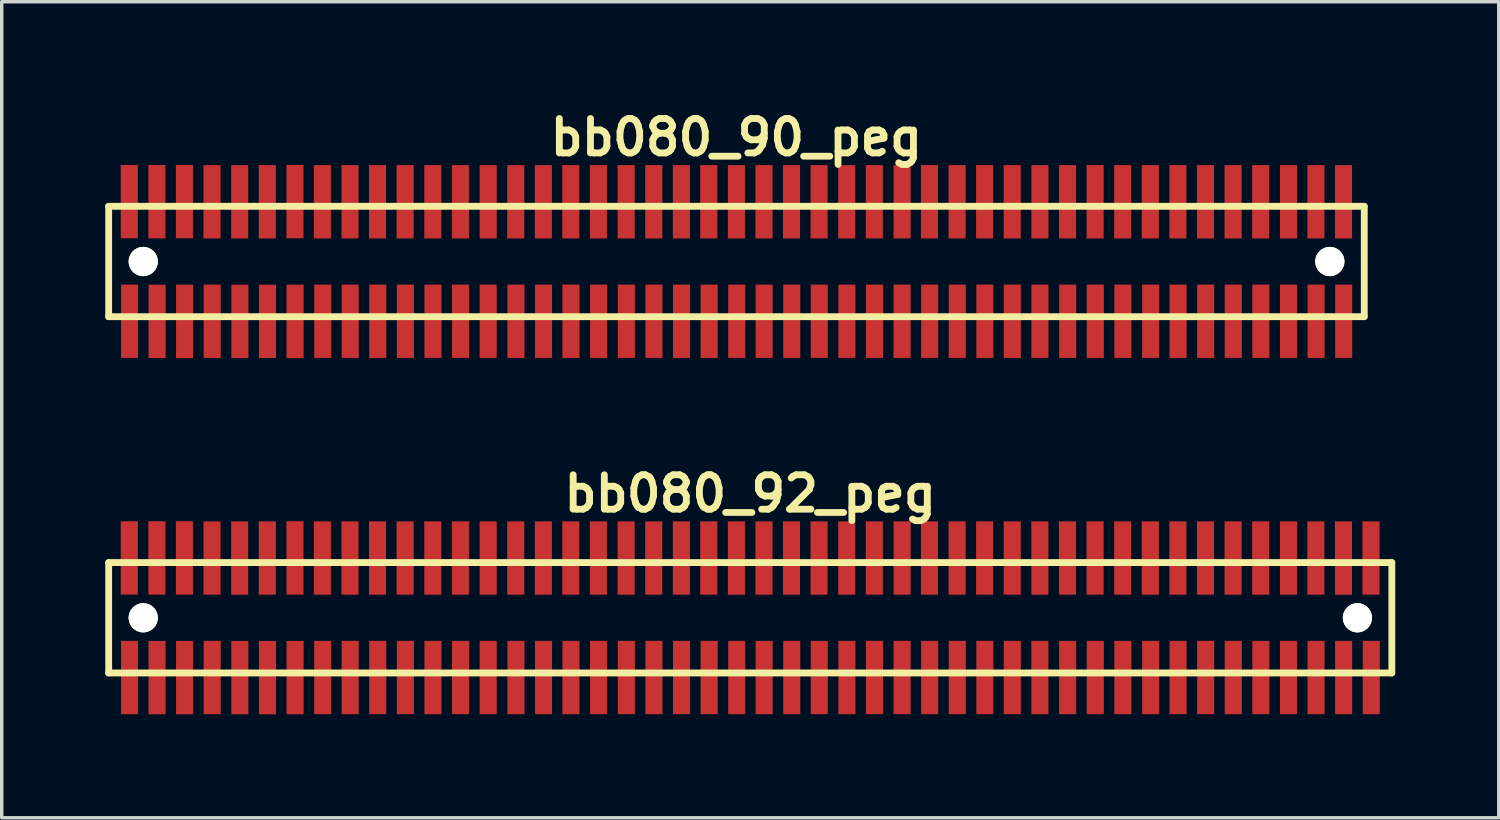
<source format=kicad_pcb>
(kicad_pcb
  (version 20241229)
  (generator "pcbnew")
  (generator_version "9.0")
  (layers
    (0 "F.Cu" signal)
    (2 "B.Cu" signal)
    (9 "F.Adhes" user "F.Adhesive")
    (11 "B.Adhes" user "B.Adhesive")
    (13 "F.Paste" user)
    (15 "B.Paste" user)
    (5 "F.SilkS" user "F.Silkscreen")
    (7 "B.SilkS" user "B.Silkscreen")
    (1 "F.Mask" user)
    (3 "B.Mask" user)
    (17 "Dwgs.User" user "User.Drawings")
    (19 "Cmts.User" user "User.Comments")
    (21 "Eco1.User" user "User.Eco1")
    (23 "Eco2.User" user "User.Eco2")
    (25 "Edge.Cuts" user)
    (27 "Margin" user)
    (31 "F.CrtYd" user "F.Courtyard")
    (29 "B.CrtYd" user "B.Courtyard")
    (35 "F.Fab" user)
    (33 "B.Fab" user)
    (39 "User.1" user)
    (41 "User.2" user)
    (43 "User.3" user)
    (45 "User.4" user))
  (footprint "bb080_92_peg"
    (layer "F.Cu")
    (at 18.699 14.859)
    (property "Reference" "bb080_92_peg" (at 0 -3.599 0) (layer "F.SilkS") (effects (font (size 0.998 0.998) (thickness 0.198))))
    (attr through_hole)
    (fp_line (start -18.6 1.6) (end 18.6 1.6) (stroke (width 0.198) (type solid)) (layer "F.SilkS"))
    (fp_line (start -18.598 -1.6) (end -18.598 1.6) (stroke (width 0.198) (type solid)) (layer "F.SilkS"))
    (fp_line (start 18.6 -1.6) (end -18.6 -1.6) (stroke (width 0.198) (type solid)) (layer "F.SilkS"))
    (fp_line (start 18.6 1.6) (end 18.6 -1.6) (stroke (width 0.198) (type solid)) (layer "F.SilkS"))
    (pad "" np_thru_hole circle (at -17.597 0) (size 0.848 0.848) (drill 0.848) (layers "*.Cu" "*.Mask" "F.SilkS"))
    (pad "" np_thru_hole circle (at 17.602 0) (size 0.848 0.848) (drill 0.848) (layers "*.Cu" "*.Mask" "F.SilkS"))
    (pad "1" smd rect (at -17.993 1.732) (size 0.495 2.126) (layers "F.Cu" "F.Mask" "F.Paste"))
    (pad "2" smd rect (at -18.001 -1.735) (size 0.495 2.126) (layers "F.Cu" "F.Mask" "F.Paste"))
    (pad "3" smd rect (at -17.196 1.735) (size 0.495 2.126) (layers "F.Cu" "F.Mask" "F.Paste"))
    (pad "4" smd rect (at -17.201 -1.735) (size 0.495 2.126) (layers "F.Cu" "F.Mask" "F.Paste"))
    (pad "5" smd rect (at -16.398 1.735) (size 0.495 2.126) (layers "F.Cu" "F.Mask" "F.Paste"))
    (pad "6" smd rect (at -16.403 -1.735) (size 0.495 2.126) (layers "F.Cu" "F.Mask" "F.Paste"))
    (pad "7" smd rect (at -15.598 1.732) (size 0.495 2.126) (layers "F.Cu" "F.Mask" "F.Paste"))
    (pad "8" smd rect (at -15.603 -1.732) (size 0.495 2.126) (layers "F.Cu" "F.Mask" "F.Paste"))
    (pad "9" smd rect (at -14.796 1.735) (size 0.495 2.126) (layers "F.Cu" "F.Mask" "F.Paste"))
    (pad "10" smd rect (at -14.801 -1.732) (size 0.495 2.126) (layers "F.Cu" "F.Mask" "F.Paste"))
    (pad "11" smd rect (at -13.995 1.735) (size 0.495 2.126) (layers "F.Cu" "F.Mask" "F.Paste"))
    (pad "12" smd rect (at -14 -1.732) (size 0.495 2.126) (layers "F.Cu" "F.Mask" "F.Paste"))
    (pad "13" smd rect (at -13.195 1.735) (size 0.495 2.126) (layers "F.Cu" "F.Mask" "F.Paste"))
    (pad "14" smd rect (at -13.198 -1.735) (size 0.495 2.126) (layers "F.Cu" "F.Mask" "F.Paste"))
    (pad "15" smd rect (at -12.393 1.732) (size 0.495 2.126) (layers "F.Cu" "F.Mask" "F.Paste"))
    (pad "16" smd rect (at -12.403 -1.732) (size 0.495 2.126) (layers "F.Cu" "F.Mask" "F.Paste"))
    (pad "17" smd rect (at -11.598 1.732) (size 0.495 2.126) (layers "F.Cu" "F.Mask" "F.Paste"))
    (pad "18" smd rect (at -11.603 -1.732) (size 0.495 2.126) (layers "F.Cu" "F.Mask" "F.Paste"))
    (pad "19" smd rect (at -10.798 1.732) (size 0.495 2.126) (layers "F.Cu" "F.Mask" "F.Paste"))
    (pad "20" smd rect (at -10.805 -1.732) (size 0.495 2.126) (layers "F.Cu" "F.Mask" "F.Paste"))
    (pad "21" smd rect (at -9.997 1.732) (size 0.495 2.126) (layers "F.Cu" "F.Mask" "F.Paste"))
    (pad "22" smd rect (at -10.005 -1.732) (size 0.495 2.126) (layers "F.Cu" "F.Mask" "F.Paste"))
    (pad "23" smd rect (at -9.197 1.732) (size 0.495 2.126) (layers "F.Cu" "F.Mask" "F.Paste"))
    (pad "24" smd rect (at -9.202 -1.732) (size 0.495 2.126) (layers "F.Cu" "F.Mask" "F.Paste"))
    (pad "25" smd rect (at -8.397 1.732) (size 0.495 2.126) (layers "F.Cu" "F.Mask" "F.Paste"))
    (pad "26" smd rect (at -8.402 -1.732) (size 0.495 2.126) (layers "F.Cu" "F.Mask" "F.Paste"))
    (pad "27" smd rect (at -7.597 1.732) (size 0.495 2.126) (layers "F.Cu" "F.Mask" "F.Paste"))
    (pad "28" smd rect (at -7.597 -1.732) (size 0.495 2.126) (layers "F.Cu" "F.Mask" "F.Paste"))
    (pad "29" smd rect (at -6.792 1.732) (size 0.495 2.126) (layers "F.Cu" "F.Mask" "F.Paste"))
    (pad "30" smd rect (at -6.797 -1.732) (size 0.495 2.126) (layers "F.Cu" "F.Mask" "F.Paste"))
    (pad "31" smd rect (at -5.992 1.732) (size 0.495 2.126) (layers "F.Cu" "F.Mask" "F.Paste"))
    (pad "32" smd rect (at -5.997 -1.732) (size 0.495 2.126) (layers "F.Cu" "F.Mask" "F.Paste"))
    (pad "33" smd rect (at -5.197 1.732) (size 0.495 2.126) (layers "F.Cu" "F.Mask" "F.Paste"))
    (pad "34" smd rect (at -5.202 -1.732) (size 0.495 2.126) (layers "F.Cu" "F.Mask" "F.Paste"))
    (pad "35" smd rect (at -4.397 1.732) (size 0.495 2.126) (layers "F.Cu" "F.Mask" "F.Paste"))
    (pad "36" smd rect (at -4.402 -1.732) (size 0.495 2.126) (layers "F.Cu" "F.Mask" "F.Paste"))
    (pad "37" smd rect (at -3.592 1.732) (size 0.495 2.126) (layers "F.Cu" "F.Mask" "F.Paste"))
    (pad "38" smd rect (at -3.597 -1.732) (size 0.495 2.126) (layers "F.Cu" "F.Mask" "F.Paste"))
    (pad "39" smd rect (at -2.791 1.732) (size 0.495 2.126) (layers "F.Cu" "F.Mask" "F.Paste"))
    (pad "40" smd rect (at -2.797 -1.732) (size 0.495 2.126) (layers "F.Cu" "F.Mask" "F.Paste"))
    (pad "41" smd rect (at -1.991 1.732) (size 0.495 2.126) (layers "F.Cu" "F.Mask" "F.Paste"))
    (pad "42" smd rect (at -1.996 -1.732) (size 0.495 2.126) (layers "F.Cu" "F.Mask" "F.Paste"))
    (pad "43" smd rect (at -1.191 1.732) (size 0.495 2.126) (layers "F.Cu" "F.Mask" "F.Paste"))
    (pad "44" smd rect (at -1.201 -1.732) (size 0.495 2.126) (layers "F.Cu" "F.Mask" "F.Paste"))
    (pad "45" smd rect (at -0.391 1.732) (size 0.495 2.126) (layers "F.Cu" "F.Mask" "F.Paste"))
    (pad "46" smd rect (at -0.401 -1.732) (size 0.495 2.126) (layers "F.Cu" "F.Mask" "F.Paste"))
    (pad "47" smd rect (at 0.404 1.732) (size 0.495 2.126) (layers "F.Cu" "F.Mask" "F.Paste"))
    (pad "48" smd rect (at 0.399 -1.732) (size 0.495 2.126) (layers "F.Cu" "F.Mask" "F.Paste"))
    (pad "49" smd rect (at 1.204 1.732) (size 0.495 2.126) (layers "F.Cu" "F.Mask" "F.Paste"))
    (pad "50" smd rect (at 1.196 -1.732) (size 0.495 2.126) (layers "F.Cu" "F.Mask" "F.Paste"))
    (pad "51" smd rect (at 2.002 1.732) (size 0.495 2.126) (layers "F.Cu" "F.Mask" "F.Paste"))
    (pad "52" smd rect (at 1.996 -1.732) (size 0.495 2.126) (layers "F.Cu" "F.Mask" "F.Paste"))
    (pad "53" smd rect (at 2.802 1.732) (size 0.495 2.126) (layers "F.Cu" "F.Mask" "F.Paste"))
    (pad "54" smd rect (at 2.797 -1.732) (size 0.495 2.126) (layers "F.Cu" "F.Mask" "F.Paste"))
    (pad "55" smd rect (at 3.602 1.732) (size 0.495 2.126) (layers "F.Cu" "F.Mask" "F.Paste"))
    (pad "56" smd rect (at 3.597 -1.732) (size 0.495 2.126) (layers "F.Cu" "F.Mask" "F.Paste"))
    (pad "57" smd rect (at 4.402 1.732) (size 0.495 2.126) (layers "F.Cu" "F.Mask" "F.Paste"))
    (pad "58" smd rect (at 4.402 -1.732) (size 0.495 2.126) (layers "F.Cu" "F.Mask" "F.Paste"))
    (pad "59" smd rect (at 5.202 1.732) (size 0.495 2.126) (layers "F.Cu" "F.Mask" "F.Paste"))
    (pad "60" smd rect (at 5.197 -1.732) (size 0.495 2.126) (layers "F.Cu" "F.Mask" "F.Paste"))
    (pad "61" smd rect (at 6.002 1.732) (size 0.495 2.126) (layers "F.Cu" "F.Mask" "F.Paste"))
    (pad "62" smd rect (at 5.997 -1.732) (size 0.495 2.126) (layers "F.Cu" "F.Mask" "F.Paste"))
    (pad "63" smd rect (at 6.802 1.732) (size 0.495 2.126) (layers "F.Cu" "F.Mask" "F.Paste"))
    (pad "64" smd rect (at 6.795 -1.732) (size 0.495 2.126) (layers "F.Cu" "F.Mask" "F.Paste"))
    (pad "65" smd rect (at 7.597 1.732) (size 0.495 2.126) (layers "F.Cu" "F.Mask" "F.Paste"))
    (pad "66" smd rect (at 7.595 -1.732) (size 0.495 2.126) (layers "F.Cu" "F.Mask" "F.Paste"))
    (pad "67" smd rect (at 8.397 1.732) (size 0.495 2.126) (layers "F.Cu" "F.Mask" "F.Paste"))
    (pad "68" smd rect (at 8.397 -1.732) (size 0.495 2.126) (layers "F.Cu" "F.Mask" "F.Paste"))
    (pad "69" smd rect (at 9.202 1.732) (size 0.495 2.126) (layers "F.Cu" "F.Mask" "F.Paste"))
    (pad "70" smd rect (at 9.197 -1.732) (size 0.495 2.126) (layers "F.Cu" "F.Mask" "F.Paste"))
    (pad "71" smd rect (at 10.003 1.732) (size 0.495 2.126) (layers "F.Cu" "F.Mask" "F.Paste"))
    (pad "72" smd rect (at 9.997 -1.732) (size 0.495 2.126) (layers "F.Cu" "F.Mask" "F.Paste"))
    (pad "73" smd rect (at 10.803 1.732) (size 0.495 2.126) (layers "F.Cu" "F.Mask" "F.Paste"))
    (pad "74" smd rect (at 10.798 -1.732) (size 0.495 2.126) (layers "F.Cu" "F.Mask" "F.Paste"))
    (pad "75" smd rect (at 11.608 1.732) (size 0.495 2.126) (layers "F.Cu" "F.Mask" "F.Paste"))
    (pad "76" smd rect (at 11.598 -1.732) (size 0.495 2.126) (layers "F.Cu" "F.Mask" "F.Paste"))
    (pad "77" smd rect (at 12.403 1.732) (size 0.495 2.126) (layers "F.Cu" "F.Mask" "F.Paste"))
    (pad "78" smd rect (at 12.398 -1.732) (size 0.495 2.126) (layers "F.Cu" "F.Mask" "F.Paste"))
    (pad "79" smd rect (at 13.203 1.732) (size 0.495 2.126) (layers "F.Cu" "F.Mask" "F.Paste"))
    (pad "80" smd rect (at 13.198 -1.732) (size 0.495 2.126) (layers "F.Cu" "F.Mask" "F.Paste"))
    (pad "81" smd rect (at 14.003 1.732) (size 0.495 2.126) (layers "F.Cu" "F.Mask" "F.Paste"))
    (pad "82" smd rect (at 13.998 -1.732) (size 0.495 2.126) (layers "F.Cu" "F.Mask" "F.Paste"))
    (pad "83" smd rect (at 14.803 1.732) (size 0.495 2.126) (layers "F.Cu" "F.Mask" "F.Paste"))
    (pad "84" smd rect (at 14.798 -1.732) (size 0.495 2.126) (layers "F.Cu" "F.Mask" "F.Paste"))
    (pad "85" smd rect (at 15.603 1.732) (size 0.495 2.126) (layers "F.Cu" "F.Mask" "F.Paste"))
    (pad "86" smd rect (at 15.603 -1.732) (size 0.495 2.126) (layers "F.Cu" "F.Mask" "F.Paste"))
    (pad "87" smd rect (at 16.403 1.732) (size 0.495 2.126) (layers "F.Cu" "F.Mask" "F.Paste"))
    (pad "88" smd rect (at 16.398 -1.732) (size 0.495 2.126) (layers "F.Cu" "F.Mask" "F.Paste"))
    (pad "89" smd rect (at 17.203 1.732) (size 0.495 2.126) (layers "F.Cu" "F.Mask" "F.Paste"))
    (pad "90" smd rect (at 17.198 -1.732) (size 0.495 2.126) (layers "F.Cu" "F.Mask" "F.Paste"))
    (pad "91" smd rect (at 18.004 1.732) (size 0.495 2.126) (layers "F.Cu" "F.Mask" "F.Paste"))
    (pad "92" smd rect (at 17.996 -1.732) (size 0.495 2.126) (layers "F.Cu" "F.Mask" "F.Paste")))
  (footprint "bb080_90_peg"
    (layer "F.Cu")
    (at 18.298 4.531)
    (property "Reference" "bb080_90_peg" (at 0 -3.599 0) (layer "F.SilkS") (effects (font (size 0.998 0.998) (thickness 0.198))))
    (attr through_hole)
    (fp_line (start -18.199 -1.6) (end 18.199 -1.6) (stroke (width 0.198) (type solid)) (layer "F.SilkS"))
    (fp_line (start -18.197 -1.6) (end -18.197 1.6) (stroke (width 0.198) (type solid)) (layer "F.SilkS"))
    (fp_line (start 18.199 1.6) (end -18.199 1.6) (stroke (width 0.198) (type solid)) (layer "F.SilkS"))
    (fp_line (start 18.202 1.6) (end 18.202 -1.6) (stroke (width 0.198) (type solid)) (layer "F.SilkS"))
    (pad "" np_thru_hole circle (at -17.196 0) (size 0.848 0.848) (drill 0.848) (layers "*.Cu" "*.Mask" "F.SilkS"))
    (pad "" np_thru_hole circle (at 17.203 0) (size 0.848 0.848) (drill 0.848) (layers "*.Cu" "*.Mask" "F.SilkS"))
    (pad "1" smd rect (at -17.592 1.732) (size 0.495 2.126) (layers "F.Cu" "F.Mask" "F.Paste"))
    (pad "2" smd rect (at -17.6 -1.735) (size 0.495 2.126) (layers "F.Cu" "F.Mask" "F.Paste"))
    (pad "3" smd rect (at -16.794 1.735) (size 0.495 2.126) (layers "F.Cu" "F.Mask" "F.Paste"))
    (pad "4" smd rect (at -16.8 -1.735) (size 0.495 2.126) (layers "F.Cu" "F.Mask" "F.Paste"))
    (pad "5" smd rect (at -15.997 1.735) (size 0.495 2.126) (layers "F.Cu" "F.Mask" "F.Paste"))
    (pad "6" smd rect (at -16.002 -1.735) (size 0.495 2.126) (layers "F.Cu" "F.Mask" "F.Paste"))
    (pad "7" smd rect (at -15.197 1.732) (size 0.495 2.126) (layers "F.Cu" "F.Mask" "F.Paste"))
    (pad "8" smd rect (at -15.202 -1.732) (size 0.495 2.126) (layers "F.Cu" "F.Mask" "F.Paste"))
    (pad "9" smd rect (at -14.394 1.735) (size 0.495 2.126) (layers "F.Cu" "F.Mask" "F.Paste"))
    (pad "10" smd rect (at -14.399 -1.732) (size 0.495 2.126) (layers "F.Cu" "F.Mask" "F.Paste"))
    (pad "11" smd rect (at -13.594 1.735) (size 0.495 2.126) (layers "F.Cu" "F.Mask" "F.Paste"))
    (pad "12" smd rect (at -13.599 -1.732) (size 0.495 2.126) (layers "F.Cu" "F.Mask" "F.Paste"))
    (pad "13" smd rect (at -12.794 1.735) (size 0.495 2.126) (layers "F.Cu" "F.Mask" "F.Paste"))
    (pad "14" smd rect (at -12.797 -1.735) (size 0.495 2.126) (layers "F.Cu" "F.Mask" "F.Paste"))
    (pad "15" smd rect (at -11.991 1.732) (size 0.495 2.126) (layers "F.Cu" "F.Mask" "F.Paste"))
    (pad "16" smd rect (at -12.002 -1.732) (size 0.495 2.126) (layers "F.Cu" "F.Mask" "F.Paste"))
    (pad "17" smd rect (at -11.196 1.732) (size 0.495 2.126) (layers "F.Cu" "F.Mask" "F.Paste"))
    (pad "18" smd rect (at -11.201 -1.732) (size 0.495 2.126) (layers "F.Cu" "F.Mask" "F.Paste"))
    (pad "19" smd rect (at -10.396 1.732) (size 0.495 2.126) (layers "F.Cu" "F.Mask" "F.Paste"))
    (pad "20" smd rect (at -10.404 -1.732) (size 0.495 2.126) (layers "F.Cu" "F.Mask" "F.Paste"))
    (pad "21" smd rect (at -9.596 1.732) (size 0.495 2.126) (layers "F.Cu" "F.Mask" "F.Paste"))
    (pad "22" smd rect (at -9.604 -1.732) (size 0.495 2.126) (layers "F.Cu" "F.Mask" "F.Paste"))
    (pad "23" smd rect (at -8.796 1.732) (size 0.495 2.126) (layers "F.Cu" "F.Mask" "F.Paste"))
    (pad "24" smd rect (at -8.801 -1.732) (size 0.495 2.126) (layers "F.Cu" "F.Mask" "F.Paste"))
    (pad "25" smd rect (at -7.996 1.732) (size 0.495 2.126) (layers "F.Cu" "F.Mask" "F.Paste"))
    (pad "26" smd rect (at -8.001 -1.732) (size 0.495 2.126) (layers "F.Cu" "F.Mask" "F.Paste"))
    (pad "27" smd rect (at -7.196 1.732) (size 0.495 2.126) (layers "F.Cu" "F.Mask" "F.Paste"))
    (pad "28" smd rect (at -7.196 -1.732) (size 0.495 2.126) (layers "F.Cu" "F.Mask" "F.Paste"))
    (pad "29" smd rect (at -6.391 1.732) (size 0.495 2.126) (layers "F.Cu" "F.Mask" "F.Paste"))
    (pad "30" smd rect (at -6.396 -1.732) (size 0.495 2.126) (layers "F.Cu" "F.Mask" "F.Paste"))
    (pad "31" smd rect (at -5.591 1.732) (size 0.495 2.126) (layers "F.Cu" "F.Mask" "F.Paste"))
    (pad "32" smd rect (at -5.596 -1.732) (size 0.495 2.126) (layers "F.Cu" "F.Mask" "F.Paste"))
    (pad "33" smd rect (at -4.796 1.732) (size 0.495 2.126) (layers "F.Cu" "F.Mask" "F.Paste"))
    (pad "34" smd rect (at -4.801 -1.732) (size 0.495 2.126) (layers "F.Cu" "F.Mask" "F.Paste"))
    (pad "35" smd rect (at -3.995 1.732) (size 0.495 2.126) (layers "F.Cu" "F.Mask" "F.Paste"))
    (pad "36" smd rect (at -4 -1.732) (size 0.495 2.126) (layers "F.Cu" "F.Mask" "F.Paste"))
    (pad "37" smd rect (at -3.19 1.732) (size 0.495 2.126) (layers "F.Cu" "F.Mask" "F.Paste"))
    (pad "38" smd rect (at -3.195 -1.732) (size 0.495 2.126) (layers "F.Cu" "F.Mask" "F.Paste"))
    (pad "39" smd rect (at -2.39 1.732) (size 0.495 2.126) (layers "F.Cu" "F.Mask" "F.Paste"))
    (pad "40" smd rect (at -2.395 -1.732) (size 0.495 2.126) (layers "F.Cu" "F.Mask" "F.Paste"))
    (pad "41" smd rect (at -1.59 1.732) (size 0.495 2.126) (layers "F.Cu" "F.Mask" "F.Paste"))
    (pad "42" smd rect (at -1.595 -1.732) (size 0.495 2.126) (layers "F.Cu" "F.Mask" "F.Paste"))
    (pad "43" smd rect (at -0.79 1.732) (size 0.495 2.126) (layers "F.Cu" "F.Mask" "F.Paste"))
    (pad "44" smd rect (at -0.8 -1.732) (size 0.495 2.126) (layers "F.Cu" "F.Mask" "F.Paste"))
    (pad "45" smd rect (at 0.01 1.732) (size 0.495 2.126) (layers "F.Cu" "F.Mask" "F.Paste"))
    (pad "46" smd rect (at 0 -1.732) (size 0.495 2.126) (layers "F.Cu" "F.Mask" "F.Paste"))
    (pad "47" smd rect (at 0.805 1.732) (size 0.495 2.126) (layers "F.Cu" "F.Mask" "F.Paste"))
    (pad "48" smd rect (at 0.8 -1.732) (size 0.495 2.126) (layers "F.Cu" "F.Mask" "F.Paste"))
    (pad "49" smd rect (at 1.605 1.732) (size 0.495 2.126) (layers "F.Cu" "F.Mask" "F.Paste"))
    (pad "50" smd rect (at 1.598 -1.732) (size 0.495 2.126) (layers "F.Cu" "F.Mask" "F.Paste"))
    (pad "51" smd rect (at 2.403 1.732) (size 0.495 2.126) (layers "F.Cu" "F.Mask" "F.Paste"))
    (pad "52" smd rect (at 2.398 -1.732) (size 0.495 2.126) (layers "F.Cu" "F.Mask" "F.Paste"))
    (pad "53" smd rect (at 3.203 1.732) (size 0.495 2.126) (layers "F.Cu" "F.Mask" "F.Paste"))
    (pad "54" smd rect (at 3.198 -1.732) (size 0.495 2.126) (layers "F.Cu" "F.Mask" "F.Paste"))
    (pad "55" smd rect (at 4.003 1.732) (size 0.495 2.126) (layers "F.Cu" "F.Mask" "F.Paste"))
    (pad "56" smd rect (at 3.998 -1.732) (size 0.495 2.126) (layers "F.Cu" "F.Mask" "F.Paste"))
    (pad "57" smd rect (at 4.803 1.732) (size 0.495 2.126) (layers "F.Cu" "F.Mask" "F.Paste"))
    (pad "58" smd rect (at 4.803 -1.732) (size 0.495 2.126) (layers "F.Cu" "F.Mask" "F.Paste"))
    (pad "59" smd rect (at 5.603 1.732) (size 0.495 2.126) (layers "F.Cu" "F.Mask" "F.Paste"))
    (pad "60" smd rect (at 5.598 -1.732) (size 0.495 2.126) (layers "F.Cu" "F.Mask" "F.Paste"))
    (pad "61" smd rect (at 6.403 1.732) (size 0.495 2.126) (layers "F.Cu" "F.Mask" "F.Paste"))
    (pad "62" smd rect (at 6.398 -1.732) (size 0.495 2.126) (layers "F.Cu" "F.Mask" "F.Paste"))
    (pad "63" smd rect (at 7.203 1.732) (size 0.495 2.126) (layers "F.Cu" "F.Mask" "F.Paste"))
    (pad "64" smd rect (at 7.196 -1.732) (size 0.495 2.126) (layers "F.Cu" "F.Mask" "F.Paste"))
    (pad "65" smd rect (at 7.998 1.732) (size 0.495 2.126) (layers "F.Cu" "F.Mask" "F.Paste"))
    (pad "66" smd rect (at 7.996 -1.732) (size 0.495 2.126) (layers "F.Cu" "F.Mask" "F.Paste"))
    (pad "67" smd rect (at 8.799 1.732) (size 0.495 2.126) (layers "F.Cu" "F.Mask" "F.Paste"))
    (pad "68" smd rect (at 8.799 -1.732) (size 0.495 2.126) (layers "F.Cu" "F.Mask" "F.Paste"))
    (pad "69" smd rect (at 9.604 1.732) (size 0.495 2.126) (layers "F.Cu" "F.Mask" "F.Paste"))
    (pad "70" smd rect (at 9.599 -1.732) (size 0.495 2.126) (layers "F.Cu" "F.Mask" "F.Paste"))
    (pad "71" smd rect (at 10.404 1.732) (size 0.495 2.126) (layers "F.Cu" "F.Mask" "F.Paste"))
    (pad "72" smd rect (at 10.399 -1.732) (size 0.495 2.126) (layers "F.Cu" "F.Mask" "F.Paste"))
    (pad "73" smd rect (at 11.204 1.732) (size 0.495 2.126) (layers "F.Cu" "F.Mask" "F.Paste"))
    (pad "74" smd rect (at 11.199 -1.732) (size 0.495 2.126) (layers "F.Cu" "F.Mask" "F.Paste"))
    (pad "75" smd rect (at 12.009 1.732) (size 0.495 2.126) (layers "F.Cu" "F.Mask" "F.Paste"))
    (pad "76" smd rect (at 11.999 -1.732) (size 0.495 2.126) (layers "F.Cu" "F.Mask" "F.Paste"))
    (pad "77" smd rect (at 12.804 1.732) (size 0.495 2.126) (layers "F.Cu" "F.Mask" "F.Paste"))
    (pad "78" smd rect (at 12.799 -1.732) (size 0.495 2.126) (layers "F.Cu" "F.Mask" "F.Paste"))
    (pad "79" smd rect (at 13.604 1.732) (size 0.495 2.126) (layers "F.Cu" "F.Mask" "F.Paste"))
    (pad "80" smd rect (at 13.599 -1.732) (size 0.495 2.126) (layers "F.Cu" "F.Mask" "F.Paste"))
    (pad "81" smd rect (at 14.404 1.732) (size 0.495 2.126) (layers "F.Cu" "F.Mask" "F.Paste"))
    (pad "82" smd rect (at 14.399 -1.732) (size 0.495 2.126) (layers "F.Cu" "F.Mask" "F.Paste"))
    (pad "83" smd rect (at 15.204 1.732) (size 0.495 2.126) (layers "F.Cu" "F.Mask" "F.Paste"))
    (pad "84" smd rect (at 15.199 -1.732) (size 0.495 2.126) (layers "F.Cu" "F.Mask" "F.Paste"))
    (pad "85" smd rect (at 16.005 1.732) (size 0.495 2.126) (layers "F.Cu" "F.Mask" "F.Paste"))
    (pad "86" smd rect (at 16.005 -1.732) (size 0.495 2.126) (layers "F.Cu" "F.Mask" "F.Paste"))
    (pad "87" smd rect (at 16.805 1.732) (size 0.495 2.126) (layers "F.Cu" "F.Mask" "F.Paste"))
    (pad "88" smd rect (at 16.8 -1.732) (size 0.495 2.126) (layers "F.Cu" "F.Mask" "F.Paste"))
    (pad "89" smd rect (at 17.605 1.732) (size 0.495 2.126) (layers "F.Cu" "F.Mask" "F.Paste"))
    (pad "90" smd rect (at 17.6 -1.732) (size 0.495 2.126) (layers "F.Cu" "F.Mask" "F.Paste")))
  (gr_rect
    (start -3 -3)
    (end 40.399 20.657)
    (stroke (width 0.1) (type default))
    (fill no)
    (layer "Edge.Cuts")))
</source>
